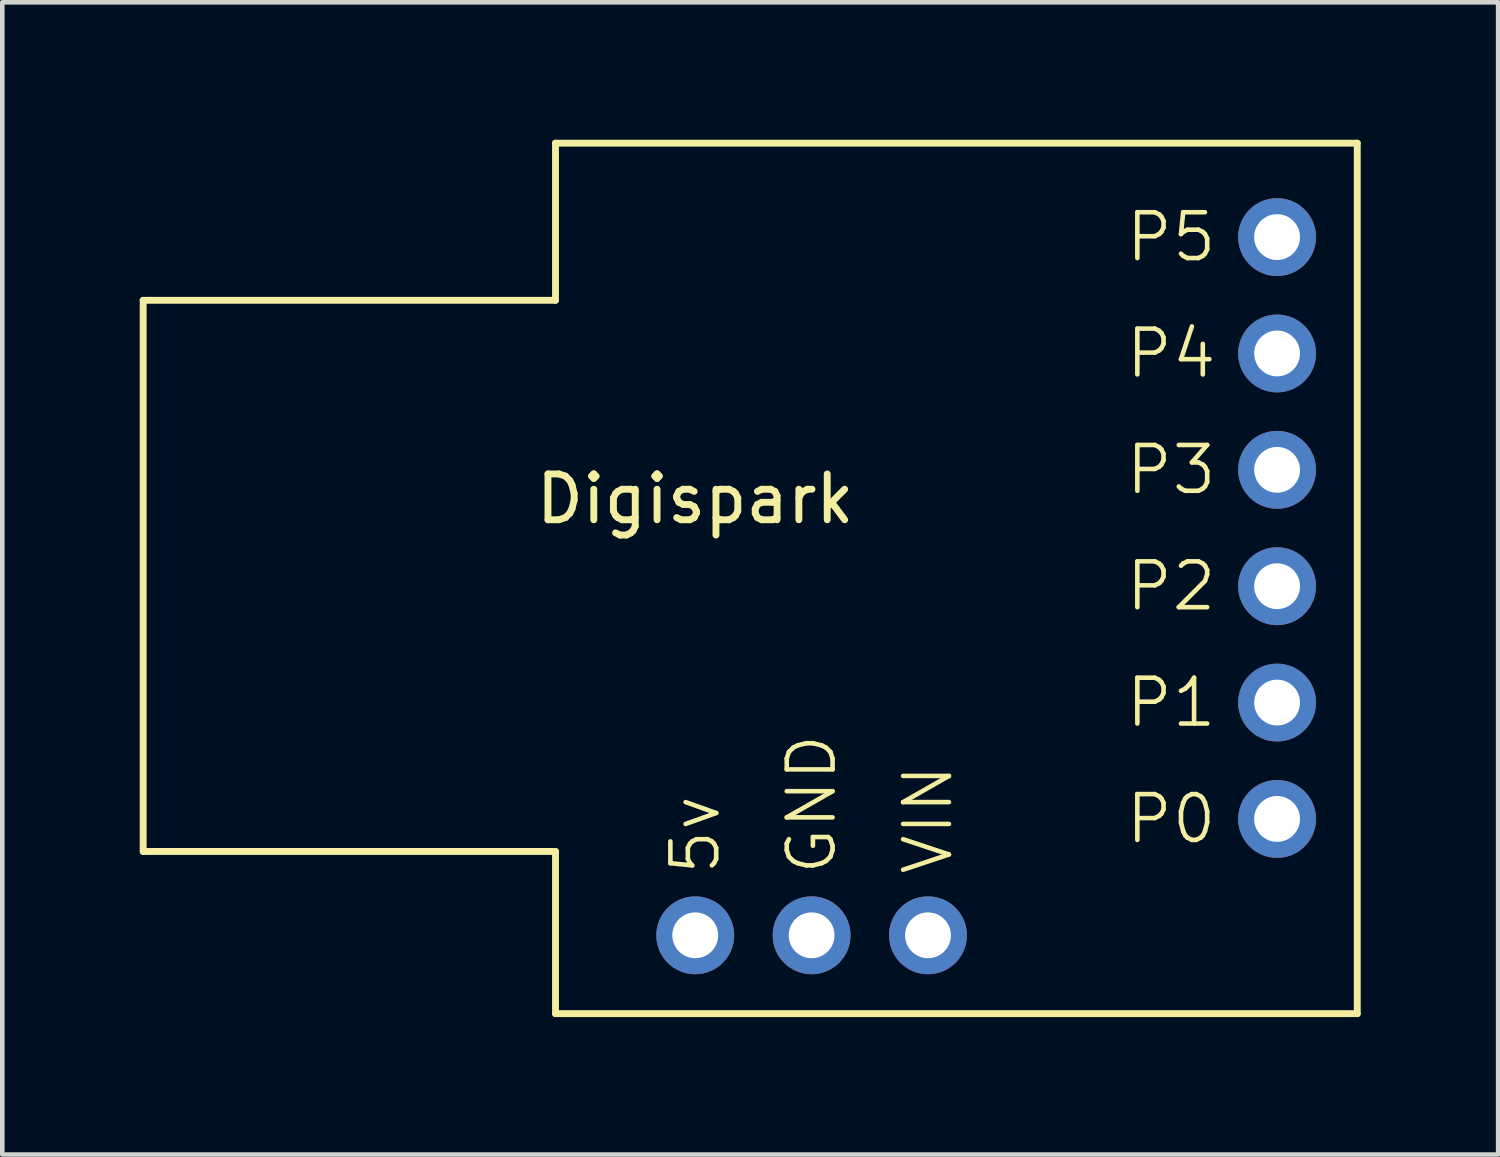
<source format=kicad_pcb>
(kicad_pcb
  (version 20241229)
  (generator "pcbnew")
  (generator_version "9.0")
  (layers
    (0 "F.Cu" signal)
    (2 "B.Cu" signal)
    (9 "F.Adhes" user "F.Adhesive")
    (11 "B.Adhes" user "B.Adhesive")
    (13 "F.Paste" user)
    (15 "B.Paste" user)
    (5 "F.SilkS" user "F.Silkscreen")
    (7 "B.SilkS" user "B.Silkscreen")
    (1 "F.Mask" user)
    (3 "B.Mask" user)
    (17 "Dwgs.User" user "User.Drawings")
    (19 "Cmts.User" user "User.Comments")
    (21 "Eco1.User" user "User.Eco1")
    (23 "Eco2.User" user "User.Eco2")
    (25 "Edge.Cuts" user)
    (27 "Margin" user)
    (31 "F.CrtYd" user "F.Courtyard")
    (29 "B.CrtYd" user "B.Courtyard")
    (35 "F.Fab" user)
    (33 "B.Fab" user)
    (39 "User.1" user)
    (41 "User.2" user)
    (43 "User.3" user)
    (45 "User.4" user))
  (footprint "Digispark"
    (layer "F.Cu")
    (at 24.825 2.125)
    (property "Reference" "Digispark" (at -12.7 5.715 180) (layer "F.SilkS") (effects (font (size 1 1) (thickness 0.15))))
    (attr through_hole)
    (fp_line (start -24.75 1.38) (end -24.75 13.41) (stroke (width 0.15) (type solid)) (layer "F.SilkS"))
    (fp_line (start -24.75 1.38) (end -15.75 1.38) (stroke (width 0.15) (type solid)) (layer "F.SilkS"))
    (fp_line (start -24.75 13.41) (end -15.75 13.41) (stroke (width 0.15) (type solid)) (layer "F.SilkS"))
    (fp_line (start -15.75 -2.05) (end 1.75 -2.05) (stroke (width 0.15) (type solid)) (layer "F.SilkS"))
    (fp_line (start -15.75 1.38) (end -15.75 -2.05) (stroke (width 0.15) (type solid)) (layer "F.SilkS"))
    (fp_line (start -15.75 13.41) (end -15.75 16.95) (stroke (width 0.15) (type solid)) (layer "F.SilkS"))
    (fp_line (start -15.75 16.95) (end 1.75 16.95) (stroke (width 0.15) (type solid)) (layer "F.SilkS"))
    (fp_line (start 1.75 16.95) (end 1.75 -2.05) (stroke (width 0.15) (type solid)) (layer "F.SilkS"))
    (fp_text user "5v" (at -12.7 13.97 90) (layer "F.SilkS") (effects (font (size 1 1) (thickness 0.1)) (justify left)))
    (fp_text user "P5" (at -1.27 0 180) (layer "F.SilkS") (effects (font (size 1 1) (thickness 0.1)) (justify right)))
    (fp_text user "VIN" (at -7.62 13.97 90) (layer "F.SilkS") (effects (font (size 1 1) (thickness 0.1)) (justify left)))
    (fp_text user "P3" (at -1.27 5.08 180) (layer "F.SilkS") (effects (font (size 1 1) (thickness 0.1)) (justify right)))
    (fp_text user "P2" (at -1.27 7.62 180) (layer "F.SilkS") (effects (font (size 1 1) (thickness 0.1)) (justify right)))
    (fp_text user "GND" (at -10.16 13.97 90) (layer "F.SilkS") (effects (font (size 1 1) (thickness 0.1)) (justify left)))
    (fp_text user "P1" (at -1.27 10.16 180) (layer "F.SilkS") (effects (font (size 1 1) (thickness 0.1)) (justify right)))
    (fp_text user "P4" (at -1.27 2.54 180) (layer "F.SilkS") (effects (font (size 1 1) (thickness 0.1)) (justify right)))
    (fp_text user "P0" (at -1.27 12.7 180) (layer "F.SilkS") (effects (font (size 1 1) (thickness 0.1)) (justify right)))
    (pad "1" thru_hole circle (at 0 0 90) (size 1.7 1.7) (drill 1) (layers "*.Cu" "*.Mask"))
    (pad "2" thru_hole circle (at 0 5.08 90) (size 1.7 1.7) (drill 1) (layers "*.Cu" "*.Mask"))
    (pad "3" thru_hole circle (at 0 2.54 90) (size 1.7 1.7) (drill 1) (layers "*.Cu" "*.Mask"))
    (pad "4" thru_hole circle (at -10.16 15.24 90) (size 1.7 1.7) (drill 1) (layers "*.Cu" "*.Mask"))
    (pad "5" thru_hole circle (at 0 12.7 90) (size 1.7 1.7) (drill 1) (layers "*.Cu" "*.Mask"))
    (pad "6" thru_hole circle (at 0 10.16 90) (size 1.7 1.7) (drill 1) (layers "*.Cu" "*.Mask"))
    (pad "7" thru_hole circle (at 0 7.62 90) (size 1.7 1.7) (drill 1) (layers "*.Cu" "*.Mask"))
    (pad "8" thru_hole circle (at -12.7 15.24 90) (size 1.7 1.7) (drill 1) (layers "*.Cu" "*.Mask"))
    (pad "9" thru_hole circle (at -7.62 15.24 90) (size 1.7 1.7) (drill 1) (layers "*.Cu" "*.Mask")))
  (gr_rect
    (start -3 -3)
    (end 29.65 22.15)
    (stroke (width 0.1) (type default))
    (fill no)
    (layer "Edge.Cuts")))
</source>
